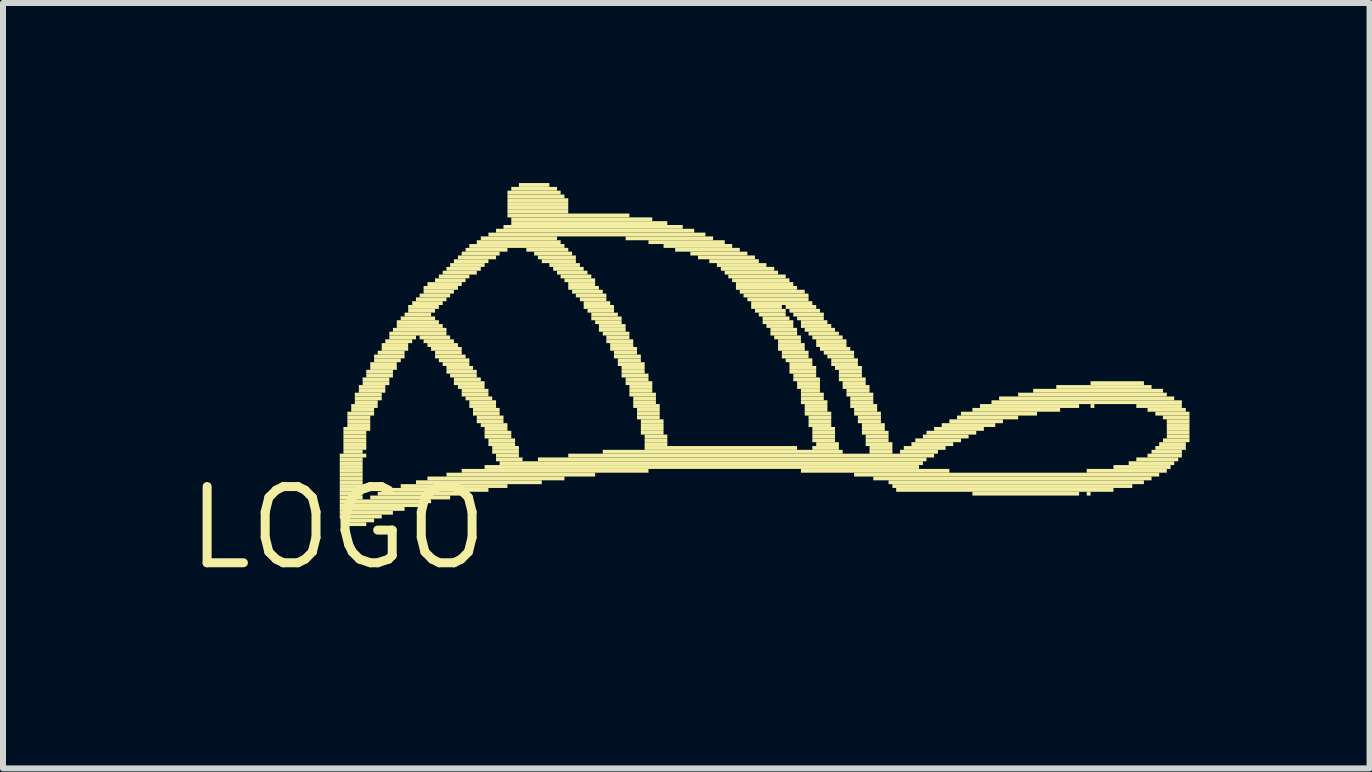
<source format=kicad_pcb>
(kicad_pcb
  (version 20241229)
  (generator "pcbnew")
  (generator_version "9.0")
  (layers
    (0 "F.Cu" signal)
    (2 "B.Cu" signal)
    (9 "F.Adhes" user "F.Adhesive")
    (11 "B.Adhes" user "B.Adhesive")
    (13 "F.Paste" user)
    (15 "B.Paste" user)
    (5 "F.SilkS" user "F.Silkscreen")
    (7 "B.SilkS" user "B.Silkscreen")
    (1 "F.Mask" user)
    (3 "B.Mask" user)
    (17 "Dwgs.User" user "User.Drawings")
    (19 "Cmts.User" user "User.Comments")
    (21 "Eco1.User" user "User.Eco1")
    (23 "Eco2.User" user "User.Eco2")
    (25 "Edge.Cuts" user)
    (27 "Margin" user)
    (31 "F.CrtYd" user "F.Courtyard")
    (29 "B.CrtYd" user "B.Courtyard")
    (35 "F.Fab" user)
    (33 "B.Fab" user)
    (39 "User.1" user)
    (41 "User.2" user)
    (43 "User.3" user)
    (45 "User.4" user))
  (footprint "LOGO"
    (layer "F.Cu")
    (at 2.578 5.747)
    (property "Reference" "LOGO" (at 0 0 0) (layer "F.SilkS") (effects (font (size 1.27 1.27) (thickness 0.15))))
    (attr through_hole)
    (fp_poly (pts (xy 0.033 -1.175) (xy 0.475 -1.175) (xy 0.475 -1.238) (xy 0.033 -1.238)) (stroke (width 0) (type solid)) (fill yes) (layer "F.SilkS"))
    (fp_poly (pts (xy 0.033 -1.111) (xy 0.414 -1.111) (xy 0.414 -1.175) (xy 0.033 -1.175)) (stroke (width 0) (type solid)) (fill yes) (layer "F.SilkS"))
    (fp_poly (pts (xy 0.033 -1.048) (xy 0.414 -1.048) (xy 0.414 -1.111) (xy 0.033 -1.111)) (stroke (width 0) (type solid)) (fill yes) (layer "F.SilkS"))
    (fp_poly (pts (xy 0.033 -0.984) (xy 0.414 -0.984) (xy 0.414 -1.048) (xy 0.033 -1.048)) (stroke (width 0) (type solid)) (fill yes) (layer "F.SilkS"))
    (fp_poly (pts (xy 0.033 -0.921) (xy 0.414 -0.921) (xy 0.414 -0.984) (xy 0.033 -0.984)) (stroke (width 0) (type solid)) (fill yes) (layer "F.SilkS"))
    (fp_poly (pts (xy 0.033 -0.857) (xy 0.414 -0.857) (xy 0.414 -0.921) (xy 0.033 -0.921)) (stroke (width 0) (type solid)) (fill yes) (layer "F.SilkS"))
    (fp_poly (pts (xy 0.033 -0.794) (xy 0.414 -0.794) (xy 0.414 -0.857) (xy 0.033 -0.857)) (stroke (width 0) (type solid)) (fill yes) (layer "F.SilkS"))
    (fp_poly (pts (xy 0.033 -0.73) (xy 0.414 -0.73) (xy 0.414 -0.794) (xy 0.033 -0.794)) (stroke (width 0) (type solid)) (fill yes) (layer "F.SilkS"))
    (fp_poly (pts (xy 0.033 -0.667) (xy 0.414 -0.667) (xy 0.414 -0.73) (xy 0.033 -0.73)) (stroke (width 0) (type solid)) (fill yes) (layer "F.SilkS"))
    (fp_poly (pts (xy 0.033 -0.603) (xy 0.414 -0.603) (xy 0.414 -0.667) (xy 0.033 -0.667)) (stroke (width 0) (type solid)) (fill yes) (layer "F.SilkS"))
    (fp_poly (pts (xy 0.033 -0.54) (xy 0.414 -0.54) (xy 0.414 -0.603) (xy 0.033 -0.603)) (stroke (width 0) (type solid)) (fill yes) (layer "F.SilkS"))
    (fp_poly (pts (xy 0.033 -0.476) (xy 0.414 -0.476) (xy 0.414 -0.54) (xy 0.033 -0.54)) (stroke (width 0) (type solid)) (fill yes) (layer "F.SilkS"))
    (fp_poly (pts (xy 0.033 -0.413) (xy 1.554 -0.413) (xy 1.554 -0.476) (xy 0.033 -0.476)) (stroke (width 0) (type solid)) (fill yes) (layer "F.SilkS"))
    (fp_poly (pts (xy 0.033 -0.349) (xy 1.364 -0.349) (xy 1.364 -0.413) (xy 0.033 -0.413)) (stroke (width 0) (type solid)) (fill yes) (layer "F.SilkS"))
    (fp_poly (pts (xy 0.033 -0.286) (xy 1.113 -0.286) (xy 1.113 -0.349) (xy 0.033 -0.349)) (stroke (width 0) (type solid)) (fill yes) (layer "F.SilkS"))
    (fp_poly (pts (xy 0.033 -0.222) (xy 0.919 -0.222) (xy 0.919 -0.286) (xy 0.033 -0.286)) (stroke (width 0) (type solid)) (fill yes) (layer "F.SilkS"))
    (fp_poly (pts (xy 0.033 -0.159) (xy 0.732 -0.159) (xy 0.732 -0.222) (xy 0.033 -0.222)) (stroke (width 0) (type solid)) (fill yes) (layer "F.SilkS"))
    (fp_poly (pts (xy 0.094 -1.619) (xy 0.541 -1.619) (xy 0.541 -1.683) (xy 0.094 -1.683)) (stroke (width 0) (type solid)) (fill yes) (layer "F.SilkS"))
    (fp_poly (pts (xy 0.094 -1.556) (xy 0.475 -1.556) (xy 0.475 -1.619) (xy 0.094 -1.619)) (stroke (width 0) (type solid)) (fill yes) (layer "F.SilkS"))
    (fp_poly (pts (xy 0.094 -1.492) (xy 0.475 -1.492) (xy 0.475 -1.556) (xy 0.094 -1.556)) (stroke (width 0) (type solid)) (fill yes) (layer "F.SilkS"))
    (fp_poly (pts (xy 0.094 -1.429) (xy 0.475 -1.429) (xy 0.475 -1.492) (xy 0.094 -1.492)) (stroke (width 0) (type solid)) (fill yes) (layer "F.SilkS"))
    (fp_poly (pts (xy 0.094 -1.365) (xy 0.475 -1.365) (xy 0.475 -1.429) (xy 0.094 -1.429)) (stroke (width 0) (type solid)) (fill yes) (layer "F.SilkS"))
    (fp_poly (pts (xy 0.094 -1.302) (xy 0.475 -1.302) (xy 0.475 -1.365) (xy 0.094 -1.365)) (stroke (width 0) (type solid)) (fill yes) (layer "F.SilkS"))
    (fp_poly (pts (xy 0.094 -1.238) (xy 0.414 -1.238) (xy 0.414 -1.302) (xy 0.094 -1.302)) (stroke (width 0) (type solid)) (fill yes) (layer "F.SilkS"))
    (fp_poly (pts (xy 0.094 -0.095) (xy 0.605 -0.095) (xy 0.605 -0.159) (xy 0.094 -0.159)) (stroke (width 0) (type solid)) (fill yes) (layer "F.SilkS"))
    (fp_poly (pts (xy 0.16 -1.873) (xy 0.605 -1.873) (xy 0.605 -1.937) (xy 0.16 -1.937)) (stroke (width 0) (type solid)) (fill yes) (layer "F.SilkS"))
    (fp_poly (pts (xy 0.16 -1.81) (xy 0.541 -1.81) (xy 0.541 -1.873) (xy 0.16 -1.873)) (stroke (width 0) (type solid)) (fill yes) (layer "F.SilkS"))
    (fp_poly (pts (xy 0.16 -1.746) (xy 0.541 -1.746) (xy 0.541 -1.81) (xy 0.16 -1.81)) (stroke (width 0) (type solid)) (fill yes) (layer "F.SilkS"))
    (fp_poly (pts (xy 0.16 -1.683) (xy 0.541 -1.683) (xy 0.541 -1.746) (xy 0.16 -1.746)) (stroke (width 0) (type solid)) (fill yes) (layer "F.SilkS"))
    (fp_poly (pts (xy 0.16 -0.032) (xy 0.475 -0.032) (xy 0.475 -0.095) (xy 0.16 -0.095)) (stroke (width 0) (type solid)) (fill yes) (layer "F.SilkS"))
    (fp_poly (pts (xy 0.224 -2) (xy 0.665 -2) (xy 0.665 -2.064) (xy 0.224 -2.064)) (stroke (width 0) (type solid)) (fill yes) (layer "F.SilkS"))
    (fp_poly (pts (xy 0.224 -1.937) (xy 0.605 -1.937) (xy 0.605 -2) (xy 0.224 -2)) (stroke (width 0) (type solid)) (fill yes) (layer "F.SilkS"))
    (fp_poly (pts (xy 0.284 -2.191) (xy 0.732 -2.191) (xy 0.732 -2.254) (xy 0.284 -2.254)) (stroke (width 0) (type solid)) (fill yes) (layer "F.SilkS"))
    (fp_poly (pts (xy 0.284 -2.127) (xy 0.732 -2.127) (xy 0.732 -2.191) (xy 0.284 -2.191)) (stroke (width 0) (type solid)) (fill yes) (layer "F.SilkS"))
    (fp_poly (pts (xy 0.284 -2.064) (xy 0.665 -2.064) (xy 0.665 -2.127) (xy 0.284 -2.127)) (stroke (width 0) (type solid)) (fill yes) (layer "F.SilkS"))
    (fp_poly (pts (xy 0.351 -2.318) (xy 0.792 -2.318) (xy 0.792 -2.381) (xy 0.351 -2.381)) (stroke (width 0) (type solid)) (fill yes) (layer "F.SilkS"))
    (fp_poly (pts (xy 0.351 -2.254) (xy 0.792 -2.254) (xy 0.792 -2.318) (xy 0.351 -2.318)) (stroke (width 0) (type solid)) (fill yes) (layer "F.SilkS"))
    (fp_poly (pts (xy 0.414 -2.445) (xy 0.859 -2.445) (xy 0.859 -2.508) (xy 0.414 -2.508)) (stroke (width 0) (type solid)) (fill yes) (layer "F.SilkS"))
    (fp_poly (pts (xy 0.414 -2.381) (xy 0.859 -2.381) (xy 0.859 -2.445) (xy 0.414 -2.445)) (stroke (width 0) (type solid)) (fill yes) (layer "F.SilkS"))
    (fp_poly (pts (xy 0.475 -2.572) (xy 0.919 -2.572) (xy 0.919 -2.635) (xy 0.475 -2.635)) (stroke (width 0) (type solid)) (fill yes) (layer "F.SilkS"))
    (fp_poly (pts (xy 0.475 -2.508) (xy 0.919 -2.508) (xy 0.919 -2.572) (xy 0.475 -2.572)) (stroke (width 0) (type solid)) (fill yes) (layer "F.SilkS"))
    (fp_poly (pts (xy 0.541 -2.699) (xy 0.983 -2.699) (xy 0.983 -2.762) (xy 0.541 -2.762)) (stroke (width 0) (type solid)) (fill yes) (layer "F.SilkS"))
    (fp_poly (pts (xy 0.541 -2.635) (xy 0.983 -2.635) (xy 0.983 -2.699) (xy 0.541 -2.699)) (stroke (width 0) (type solid)) (fill yes) (layer "F.SilkS"))
    (fp_poly (pts (xy 0.541 -0.476) (xy 1.872 -0.476) (xy 1.872 -0.54) (xy 0.541 -0.54)) (stroke (width 0) (type solid)) (fill yes) (layer "F.SilkS"))
    (fp_poly (pts (xy 0.605 -2.826) (xy 1.113 -2.826) (xy 1.113 -2.889) (xy 0.605 -2.889)) (stroke (width 0) (type solid)) (fill yes) (layer "F.SilkS"))
    (fp_poly (pts (xy 0.605 -2.762) (xy 1.049 -2.762) (xy 1.049 -2.826) (xy 0.605 -2.826)) (stroke (width 0) (type solid)) (fill yes) (layer "F.SilkS"))
    (fp_poly (pts (xy 0.665 -2.889) (xy 1.113 -2.889) (xy 1.113 -2.953) (xy 0.665 -2.953)) (stroke (width 0) (type solid)) (fill yes) (layer "F.SilkS"))
    (fp_poly (pts (xy 0.665 -0.54) (xy 2.065 -0.54) (xy 2.065 -0.603) (xy 0.665 -0.603)) (stroke (width 0) (type solid)) (fill yes) (layer "F.SilkS"))
    (fp_poly (pts (xy 0.732 -3.016) (xy 1.173 -3.016) (xy 1.173 -3.08) (xy 0.732 -3.08)) (stroke (width 0) (type solid)) (fill yes) (layer "F.SilkS"))
    (fp_poly (pts (xy 0.732 -2.953) (xy 1.173 -2.953) (xy 1.173 -3.016) (xy 0.732 -3.016)) (stroke (width 0) (type solid)) (fill yes) (layer "F.SilkS"))
    (fp_poly (pts (xy 0.792 -3.08) (xy 1.24 -3.08) (xy 1.24 -3.143) (xy 0.792 -3.143)) (stroke (width 0) (type solid)) (fill yes) (layer "F.SilkS"))
    (fp_poly (pts (xy 0.859 -3.207) (xy 1.811 -3.207) (xy 1.811 -3.27) (xy 0.859 -3.27)) (stroke (width 0) (type solid)) (fill yes) (layer "F.SilkS"))
    (fp_poly (pts (xy 0.859 -3.143) (xy 1.303 -3.143) (xy 1.303 -3.207) (xy 0.859 -3.207)) (stroke (width 0) (type solid)) (fill yes) (layer "F.SilkS"))
    (fp_poly (pts (xy 0.859 -0.603) (xy 2.51 -0.603) (xy 2.51 -0.667) (xy 0.859 -0.667)) (stroke (width 0) (type solid)) (fill yes) (layer "F.SilkS"))
    (fp_poly (pts (xy 0.919 -3.27) (xy 1.811 -3.27) (xy 1.811 -3.334) (xy 0.919 -3.334)) (stroke (width 0) (type solid)) (fill yes) (layer "F.SilkS"))
    (fp_poly (pts (xy 0.983 -3.397) (xy 1.684 -3.397) (xy 1.684 -3.461) (xy 0.983 -3.461)) (stroke (width 0) (type solid)) (fill yes) (layer "F.SilkS"))
    (fp_poly (pts (xy 0.983 -3.334) (xy 1.748 -3.334) (xy 1.748 -3.397) (xy 0.983 -3.397)) (stroke (width 0) (type solid)) (fill yes) (layer "F.SilkS"))
    (fp_poly (pts (xy 1.049 -3.461) (xy 1.621 -3.461) (xy 1.621 -3.524) (xy 1.049 -3.524)) (stroke (width 0) (type solid)) (fill yes) (layer "F.SilkS"))
    (fp_poly (pts (xy 1.049 -0.667) (xy 2.827 -0.667) (xy 2.827 -0.73) (xy 1.049 -0.73)) (stroke (width 0) (type solid)) (fill yes) (layer "F.SilkS"))
    (fp_poly (pts (xy 1.113 -3.524) (xy 1.554 -3.524) (xy 1.554 -3.588) (xy 1.113 -3.588)) (stroke (width 0) (type solid)) (fill yes) (layer "F.SilkS"))
    (fp_poly (pts (xy 1.173 -3.651) (xy 1.684 -3.651) (xy 1.684 -3.715) (xy 1.173 -3.715)) (stroke (width 0) (type solid)) (fill yes) (layer "F.SilkS"))
    (fp_poly (pts (xy 1.173 -3.588) (xy 1.621 -3.588) (xy 1.621 -3.651) (xy 1.173 -3.651)) (stroke (width 0) (type solid)) (fill yes) (layer "F.SilkS"))
    (fp_poly (pts (xy 1.24 -3.715) (xy 1.748 -3.715) (xy 1.748 -3.778) (xy 1.24 -3.778)) (stroke (width 0) (type solid)) (fill yes) (layer "F.SilkS"))
    (fp_poly (pts (xy 1.303 -3.778) (xy 1.811 -3.778) (xy 1.811 -3.842) (xy 1.303 -3.842)) (stroke (width 0) (type solid)) (fill yes) (layer "F.SilkS"))
    (fp_poly (pts (xy 1.303 -0.73) (xy 3.399 -0.73) (xy 3.399 -0.794) (xy 1.303 -0.794)) (stroke (width 0) (type solid)) (fill yes) (layer "F.SilkS"))
    (fp_poly (pts (xy 1.364 -3.842) (xy 1.872 -3.842) (xy 1.872 -3.905) (xy 1.364 -3.905)) (stroke (width 0) (type solid)) (fill yes) (layer "F.SilkS"))
    (fp_poly (pts (xy 1.364 -3.143) (xy 1.872 -3.143) (xy 1.872 -3.207) (xy 1.364 -3.207)) (stroke (width 0) (type solid)) (fill yes) (layer "F.SilkS"))
    (fp_poly (pts (xy 1.43 -3.969) (xy 2.002 -3.969) (xy 2.002 -4.032) (xy 1.43 -4.032)) (stroke (width 0) (type solid)) (fill yes) (layer "F.SilkS"))
    (fp_poly (pts (xy 1.43 -3.905) (xy 1.935 -3.905) (xy 1.935 -3.969) (xy 1.43 -3.969)) (stroke (width 0) (type solid)) (fill yes) (layer "F.SilkS"))
    (fp_poly (pts (xy 1.43 -3.08) (xy 1.935 -3.08) (xy 1.935 -3.143) (xy 1.43 -3.143)) (stroke (width 0) (type solid)) (fill yes) (layer "F.SilkS"))
    (fp_poly (pts (xy 1.494 -4.032) (xy 2.065 -4.032) (xy 2.065 -4.096) (xy 1.494 -4.096)) (stroke (width 0) (type solid)) (fill yes) (layer "F.SilkS"))
    (fp_poly (pts (xy 1.494 -3.016) (xy 2.002 -3.016) (xy 2.002 -3.08) (xy 1.494 -3.08)) (stroke (width 0) (type solid)) (fill yes) (layer "F.SilkS"))
    (fp_poly (pts (xy 1.494 -0.794) (xy 3.777 -0.794) (xy 3.777 -0.857) (xy 1.494 -0.857)) (stroke (width 0) (type solid)) (fill yes) (layer "F.SilkS"))
    (fp_poly (pts (xy 1.554 -2.953) (xy 2.065 -2.953) (xy 2.065 -3.016) (xy 1.554 -3.016)) (stroke (width 0) (type solid)) (fill yes) (layer "F.SilkS"))
    (fp_poly (pts (xy 1.621 -4.096) (xy 2.129 -4.096) (xy 2.129 -4.159) (xy 1.621 -4.159)) (stroke (width 0) (type solid)) (fill yes) (layer "F.SilkS"))
    (fp_poly (pts (xy 1.621 -2.889) (xy 2.065 -2.889) (xy 2.065 -2.953) (xy 1.621 -2.953)) (stroke (width 0) (type solid)) (fill yes) (layer "F.SilkS"))
    (fp_poly (pts (xy 1.621 -2.826) (xy 2.129 -2.826) (xy 2.129 -2.889) (xy 1.621 -2.889)) (stroke (width 0) (type solid)) (fill yes) (layer "F.SilkS"))
    (fp_poly (pts (xy 1.684 -4.159) (xy 2.192 -4.159) (xy 2.192 -4.223) (xy 1.684 -4.223)) (stroke (width 0) (type solid)) (fill yes) (layer "F.SilkS"))
    (fp_poly (pts (xy 1.684 -2.762) (xy 2.192 -2.762) (xy 2.192 -2.826) (xy 1.684 -2.826)) (stroke (width 0) (type solid)) (fill yes) (layer "F.SilkS"))
    (fp_poly (pts (xy 1.748 -4.223) (xy 2.316 -4.223) (xy 2.316 -4.286) (xy 1.748 -4.286)) (stroke (width 0) (type solid)) (fill yes) (layer "F.SilkS"))
    (fp_poly (pts (xy 1.748 -2.699) (xy 2.192 -2.699) (xy 2.192 -2.762) (xy 1.748 -2.762)) (stroke (width 0) (type solid)) (fill yes) (layer "F.SilkS"))
    (fp_poly (pts (xy 1.811 -4.286) (xy 2.383 -4.286) (xy 2.383 -4.35) (xy 1.811 -4.35)) (stroke (width 0) (type solid)) (fill yes) (layer "F.SilkS"))
    (fp_poly (pts (xy 1.811 -2.635) (xy 2.253 -2.635) (xy 2.253 -2.699) (xy 1.811 -2.699)) (stroke (width 0) (type solid)) (fill yes) (layer "F.SilkS"))
    (fp_poly (pts (xy 1.811 -2.572) (xy 2.316 -2.572) (xy 2.316 -2.635) (xy 1.811 -2.635)) (stroke (width 0) (type solid)) (fill yes) (layer "F.SilkS"))
    (fp_poly (pts (xy 1.811 -0.857) (xy 4.288 -0.857) (xy 4.288 -0.921) (xy 1.811 -0.921)) (stroke (width 0) (type solid)) (fill yes) (layer "F.SilkS"))
    (fp_poly (pts (xy 1.872 -4.35) (xy 2.446 -4.35) (xy 2.446 -4.413) (xy 1.872 -4.413)) (stroke (width 0) (type solid)) (fill yes) (layer "F.SilkS"))
    (fp_poly (pts (xy 1.872 -2.508) (xy 2.316 -2.508) (xy 2.316 -2.572) (xy 1.872 -2.572)) (stroke (width 0) (type solid)) (fill yes) (layer "F.SilkS"))
    (fp_poly (pts (xy 1.935 -4.413) (xy 2.51 -4.413) (xy 2.51 -4.477) (xy 1.935 -4.477)) (stroke (width 0) (type solid)) (fill yes) (layer "F.SilkS"))
    (fp_poly (pts (xy 1.935 -2.445) (xy 2.383 -2.445) (xy 2.383 -2.508) (xy 1.935 -2.508)) (stroke (width 0) (type solid)) (fill yes) (layer "F.SilkS"))
    (fp_poly (pts (xy 1.935 -2.381) (xy 2.446 -2.381) (xy 2.446 -2.445) (xy 1.935 -2.445)) (stroke (width 0) (type solid)) (fill yes) (layer "F.SilkS"))
    (fp_poly (pts (xy 2.002 -4.477) (xy 2.637 -4.477) (xy 2.637 -4.54) (xy 2.002 -4.54)) (stroke (width 0) (type solid)) (fill yes) (layer "F.SilkS"))
    (fp_poly (pts (xy 2.002 -2.318) (xy 2.446 -2.318) (xy 2.446 -2.381) (xy 2.002 -2.381)) (stroke (width 0) (type solid)) (fill yes) (layer "F.SilkS"))
    (fp_poly (pts (xy 2.065 -4.54) (xy 2.697 -4.54) (xy 2.697 -4.604) (xy 2.065 -4.604)) (stroke (width 0) (type solid)) (fill yes) (layer "F.SilkS"))
    (fp_poly (pts (xy 2.065 -2.254) (xy 2.51 -2.254) (xy 2.51 -2.318) (xy 2.065 -2.318)) (stroke (width 0) (type solid)) (fill yes) (layer "F.SilkS"))
    (fp_poly (pts (xy 2.065 -2.191) (xy 2.51 -2.191) (xy 2.51 -2.254) (xy 2.065 -2.254)) (stroke (width 0) (type solid)) (fill yes) (layer "F.SilkS"))
    (fp_poly (pts (xy 2.065 -0.921) (xy 5.177 -0.921) (xy 5.177 -0.984) (xy 2.065 -0.984)) (stroke (width 0) (type solid)) (fill yes) (layer "F.SilkS"))
    (fp_poly (pts (xy 2.129 -4.604) (xy 2.827 -4.604) (xy 2.827 -4.667) (xy 2.129 -4.667)) (stroke (width 0) (type solid)) (fill yes) (layer "F.SilkS"))
    (fp_poly (pts (xy 2.129 -2.127) (xy 2.573 -2.127) (xy 2.573 -2.191) (xy 2.129 -2.191)) (stroke (width 0) (type solid)) (fill yes) (layer "F.SilkS"))
    (fp_poly (pts (xy 2.192 -4.667) (xy 3.777 -4.667) (xy 3.777 -4.731) (xy 2.192 -4.731)) (stroke (width 0) (type solid)) (fill yes) (layer "F.SilkS"))
    (fp_poly (pts (xy 2.192 -2.064) (xy 2.637 -2.064) (xy 2.637 -2.127) (xy 2.192 -2.127)) (stroke (width 0) (type solid)) (fill yes) (layer "F.SilkS"))
    (fp_poly (pts (xy 2.192 -2) (xy 2.637 -2) (xy 2.637 -2.064) (xy 2.192 -2.064)) (stroke (width 0) (type solid)) (fill yes) (layer "F.SilkS"))
    (fp_poly (pts (xy 2.253 -1.937) (xy 2.697 -1.937) (xy 2.697 -2) (xy 2.253 -2)) (stroke (width 0) (type solid)) (fill yes) (layer "F.SilkS"))
    (fp_poly (pts (xy 2.253 -1.873) (xy 2.697 -1.873) (xy 2.697 -1.937) (xy 2.253 -1.937)) (stroke (width 0) (type solid)) (fill yes) (layer "F.SilkS"))
    (fp_poly (pts (xy 2.316 -4.731) (xy 3.713 -4.731) (xy 3.713 -4.794) (xy 2.316 -4.794)) (stroke (width 0) (type solid)) (fill yes) (layer "F.SilkS"))
    (fp_poly (pts (xy 2.316 -1.81) (xy 2.761 -1.81) (xy 2.761 -1.873) (xy 2.316 -1.873)) (stroke (width 0) (type solid)) (fill yes) (layer "F.SilkS"))
    (fp_poly (pts (xy 2.316 -1.746) (xy 2.761 -1.746) (xy 2.761 -1.81) (xy 2.316 -1.81)) (stroke (width 0) (type solid)) (fill yes) (layer "F.SilkS"))
    (fp_poly (pts (xy 2.383 -4.794) (xy 3.653 -4.794) (xy 3.653 -4.858) (xy 2.383 -4.858)) (stroke (width 0) (type solid)) (fill yes) (layer "F.SilkS"))
    (fp_poly (pts (xy 2.383 -1.683) (xy 2.827 -1.683) (xy 2.827 -1.746) (xy 2.383 -1.746)) (stroke (width 0) (type solid)) (fill yes) (layer "F.SilkS"))
    (fp_poly (pts (xy 2.446 -1.619) (xy 2.827 -1.619) (xy 2.827 -1.683) (xy 2.446 -1.683)) (stroke (width 0) (type solid)) (fill yes) (layer "F.SilkS"))
    (fp_poly (pts (xy 2.446 -1.556) (xy 2.891 -1.556) (xy 2.891 -1.619) (xy 2.446 -1.619)) (stroke (width 0) (type solid)) (fill yes) (layer "F.SilkS"))
    (fp_poly (pts (xy 2.446 -1.492) (xy 2.891 -1.492) (xy 2.891 -1.556) (xy 2.446 -1.556)) (stroke (width 0) (type solid)) (fill yes) (layer "F.SilkS"))
    (fp_poly (pts (xy 2.446 -0.984) (xy 9.685 -0.984) (xy 9.685 -1.048) (xy 2.446 -1.048)) (stroke (width 0) (type solid)) (fill yes) (layer "F.SilkS"))
    (fp_poly (pts (xy 2.51 -4.858) (xy 6.126 -4.858) (xy 6.126 -4.921) (xy 2.51 -4.921)) (stroke (width 0) (type solid)) (fill yes) (layer "F.SilkS"))
    (fp_poly (pts (xy 2.51 -1.429) (xy 2.954 -1.429) (xy 2.954 -1.492) (xy 2.51 -1.492)) (stroke (width 0) (type solid)) (fill yes) (layer "F.SilkS"))
    (fp_poly (pts (xy 2.51 -1.365) (xy 2.954 -1.365) (xy 2.954 -1.429) (xy 2.51 -1.429)) (stroke (width 0) (type solid)) (fill yes) (layer "F.SilkS"))
    (fp_poly (pts (xy 2.573 -1.302) (xy 3.018 -1.302) (xy 3.018 -1.365) (xy 2.573 -1.365)) (stroke (width 0) (type solid)) (fill yes) (layer "F.SilkS"))
    (fp_poly (pts (xy 2.573 -1.238) (xy 3.018 -1.238) (xy 3.018 -1.302) (xy 2.573 -1.302)) (stroke (width 0) (type solid)) (fill yes) (layer "F.SilkS"))
    (fp_poly (pts (xy 2.637 -4.921) (xy 5.939 -4.921) (xy 5.939 -4.985) (xy 2.637 -4.985)) (stroke (width 0) (type solid)) (fill yes) (layer "F.SilkS"))
    (fp_poly (pts (xy 2.637 -1.175) (xy 3.018 -1.175) (xy 3.018 -1.238) (xy 2.637 -1.238)) (stroke (width 0) (type solid)) (fill yes) (layer "F.SilkS"))
    (fp_poly (pts (xy 2.637 -1.111) (xy 3.078 -1.111) (xy 3.078 -1.175) (xy 2.637 -1.175)) (stroke (width 0) (type solid)) (fill yes) (layer "F.SilkS"))
    (fp_poly (pts (xy 2.697 -1.048) (xy 9.749 -1.048) (xy 9.749 -1.111) (xy 2.697 -1.111)) (stroke (width 0) (type solid)) (fill yes) (layer "F.SilkS"))
    (fp_poly (pts (xy 2.761 -4.985) (xy 5.748 -4.985) (xy 5.748 -5.048) (xy 2.761 -5.048)) (stroke (width 0) (type solid)) (fill yes) (layer "F.SilkS"))
    (fp_poly (pts (xy 2.827 -5.556) (xy 3.713 -5.556) (xy 3.713 -5.62) (xy 2.827 -5.62)) (stroke (width 0) (type solid)) (fill yes) (layer "F.SilkS"))
    (fp_poly (pts (xy 2.827 -5.493) (xy 3.777 -5.493) (xy 3.777 -5.556) (xy 2.827 -5.556)) (stroke (width 0) (type solid)) (fill yes) (layer "F.SilkS"))
    (fp_poly (pts (xy 2.827 -5.429) (xy 3.84 -5.429) (xy 3.84 -5.493) (xy 2.827 -5.493)) (stroke (width 0) (type solid)) (fill yes) (layer "F.SilkS"))
    (fp_poly (pts (xy 2.827 -5.366) (xy 3.84 -5.366) (xy 3.84 -5.429) (xy 2.827 -5.429)) (stroke (width 0) (type solid)) (fill yes) (layer "F.SilkS"))
    (fp_poly (pts (xy 2.827 -5.302) (xy 3.84 -5.302) (xy 3.84 -5.366) (xy 2.827 -5.366)) (stroke (width 0) (type solid)) (fill yes) (layer "F.SilkS"))
    (fp_poly (pts (xy 2.827 -5.239) (xy 3.84 -5.239) (xy 3.84 -5.302) (xy 2.827 -5.302)) (stroke (width 0) (type solid)) (fill yes) (layer "F.SilkS"))
    (fp_poly (pts (xy 2.827 -5.175) (xy 4.859 -5.175) (xy 4.859 -5.239) (xy 2.827 -5.239)) (stroke (width 0) (type solid)) (fill yes) (layer "F.SilkS"))
    (fp_poly (pts (xy 2.891 -5.62) (xy 3.653 -5.62) (xy 3.653 -5.683) (xy 2.891 -5.683)) (stroke (width 0) (type solid)) (fill yes) (layer "F.SilkS"))
    (fp_poly (pts (xy 2.891 -5.112) (xy 5.24 -5.112) (xy 5.24 -5.175) (xy 2.891 -5.175)) (stroke (width 0) (type solid)) (fill yes) (layer "F.SilkS"))
    (fp_poly (pts (xy 2.891 -5.048) (xy 5.491 -5.048) (xy 5.491 -5.112) (xy 2.891 -5.112)) (stroke (width 0) (type solid)) (fill yes) (layer "F.SilkS"))
    (fp_poly (pts (xy 3.018 -5.683) (xy 3.526 -5.683) (xy 3.526 -5.747) (xy 3.018 -5.747)) (stroke (width 0) (type solid)) (fill yes) (layer "F.SilkS"))
    (fp_poly (pts (xy 3.142 -4.604) (xy 3.84 -4.604) (xy 3.84 -4.667) (xy 3.142 -4.667)) (stroke (width 0) (type solid)) (fill yes) (layer "F.SilkS"))
    (fp_poly (pts (xy 3.272 -4.54) (xy 3.904 -4.54) (xy 3.904 -4.604) (xy 3.272 -4.604)) (stroke (width 0) (type solid)) (fill yes) (layer "F.SilkS"))
    (fp_poly (pts (xy 3.335 -4.477) (xy 3.967 -4.477) (xy 3.967 -4.54) (xy 3.335 -4.54)) (stroke (width 0) (type solid)) (fill yes) (layer "F.SilkS"))
    (fp_poly (pts (xy 3.335 -1.111) (xy 9.809 -1.111) (xy 9.809 -1.175) (xy 3.335 -1.175)) (stroke (width 0) (type solid)) (fill yes) (layer "F.SilkS"))
    (fp_poly (pts (xy 3.399 -4.413) (xy 3.967 -4.413) (xy 3.967 -4.477) (xy 3.399 -4.477)) (stroke (width 0) (type solid)) (fill yes) (layer "F.SilkS"))
    (fp_poly (pts (xy 3.526 -4.35) (xy 4.034 -4.35) (xy 4.034 -4.413) (xy 3.526 -4.413)) (stroke (width 0) (type solid)) (fill yes) (layer "F.SilkS"))
    (fp_poly (pts (xy 3.589 -4.286) (xy 4.097 -4.286) (xy 4.097 -4.35) (xy 3.589 -4.35)) (stroke (width 0) (type solid)) (fill yes) (layer "F.SilkS"))
    (fp_poly (pts (xy 3.653 -4.223) (xy 4.161 -4.223) (xy 4.161 -4.286) (xy 3.653 -4.286)) (stroke (width 0) (type solid)) (fill yes) (layer "F.SilkS"))
    (fp_poly (pts (xy 3.713 -4.159) (xy 4.224 -4.159) (xy 4.224 -4.223) (xy 3.713 -4.223)) (stroke (width 0) (type solid)) (fill yes) (layer "F.SilkS"))
    (fp_poly (pts (xy 3.777 -4.096) (xy 4.288 -4.096) (xy 4.288 -4.159) (xy 3.777 -4.159)) (stroke (width 0) (type solid)) (fill yes) (layer "F.SilkS"))
    (fp_poly (pts (xy 3.84 -4.032) (xy 4.288 -4.032) (xy 4.288 -4.096) (xy 3.84 -4.096)) (stroke (width 0) (type solid)) (fill yes) (layer "F.SilkS"))
    (fp_poly (pts (xy 3.84 -3.969) (xy 4.351 -3.969) (xy 4.351 -4.032) (xy 3.84 -4.032)) (stroke (width 0) (type solid)) (fill yes) (layer "F.SilkS"))
    (fp_poly (pts (xy 3.84 -1.175) (xy 9.936 -1.175) (xy 9.936 -1.238) (xy 3.84 -1.238)) (stroke (width 0) (type solid)) (fill yes) (layer "F.SilkS"))
    (fp_poly (pts (xy 3.904 -3.905) (xy 4.415 -3.905) (xy 4.415 -3.969) (xy 3.904 -3.969)) (stroke (width 0) (type solid)) (fill yes) (layer "F.SilkS"))
    (fp_poly (pts (xy 3.967 -3.842) (xy 4.475 -3.842) (xy 4.475 -3.905) (xy 3.967 -3.905)) (stroke (width 0) (type solid)) (fill yes) (layer "F.SilkS"))
    (fp_poly (pts (xy 4.034 -3.778) (xy 4.475 -3.778) (xy 4.475 -3.842) (xy 4.034 -3.842)) (stroke (width 0) (type solid)) (fill yes) (layer "F.SilkS"))
    (fp_poly (pts (xy 4.097 -3.715) (xy 4.539 -3.715) (xy 4.539 -3.778) (xy 4.097 -3.778)) (stroke (width 0) (type solid)) (fill yes) (layer "F.SilkS"))
    (fp_poly (pts (xy 4.097 -3.651) (xy 4.602 -3.651) (xy 4.602 -3.715) (xy 4.097 -3.715)) (stroke (width 0) (type solid)) (fill yes) (layer "F.SilkS"))
    (fp_poly (pts (xy 4.161 -3.588) (xy 4.602 -3.588) (xy 4.602 -3.651) (xy 4.161 -3.651)) (stroke (width 0) (type solid)) (fill yes) (layer "F.SilkS"))
    (fp_poly (pts (xy 4.224 -3.524) (xy 4.666 -3.524) (xy 4.666 -3.588) (xy 4.224 -3.588)) (stroke (width 0) (type solid)) (fill yes) (layer "F.SilkS"))
    (fp_poly (pts (xy 4.224 -3.461) (xy 4.729 -3.461) (xy 4.729 -3.524) (xy 4.224 -3.524)) (stroke (width 0) (type solid)) (fill yes) (layer "F.SilkS"))
    (fp_poly (pts (xy 4.288 -3.397) (xy 4.729 -3.397) (xy 4.729 -3.461) (xy 4.288 -3.461)) (stroke (width 0) (type solid)) (fill yes) (layer "F.SilkS"))
    (fp_poly (pts (xy 4.351 -3.334) (xy 4.796 -3.334) (xy 4.796 -3.397) (xy 4.351 -3.397)) (stroke (width 0) (type solid)) (fill yes) (layer "F.SilkS"))
    (fp_poly (pts (xy 4.351 -3.27) (xy 4.796 -3.27) (xy 4.796 -3.334) (xy 4.351 -3.334)) (stroke (width 0) (type solid)) (fill yes) (layer "F.SilkS"))
    (fp_poly (pts (xy 4.415 -3.207) (xy 4.859 -3.207) (xy 4.859 -3.27) (xy 4.415 -3.27)) (stroke (width 0) (type solid)) (fill yes) (layer "F.SilkS"))
    (fp_poly (pts (xy 4.415 -1.238) (xy 8.412 -1.238) (xy 8.412 -1.302) (xy 4.415 -1.302)) (stroke (width 0) (type solid)) (fill yes) (layer "F.SilkS"))
    (fp_poly (pts (xy 4.475 -3.143) (xy 4.859 -3.143) (xy 4.859 -3.207) (xy 4.475 -3.207)) (stroke (width 0) (type solid)) (fill yes) (layer "F.SilkS"))
    (fp_poly (pts (xy 4.475 -3.08) (xy 4.923 -3.08) (xy 4.923 -3.143) (xy 4.475 -3.143)) (stroke (width 0) (type solid)) (fill yes) (layer "F.SilkS"))
    (fp_poly (pts (xy 4.539 -3.016) (xy 4.923 -3.016) (xy 4.923 -3.08) (xy 4.539 -3.08)) (stroke (width 0) (type solid)) (fill yes) (layer "F.SilkS"))
    (fp_poly (pts (xy 4.539 -2.953) (xy 4.986 -2.953) (xy 4.986 -3.016) (xy 4.539 -3.016)) (stroke (width 0) (type solid)) (fill yes) (layer "F.SilkS"))
    (fp_poly (pts (xy 4.602 -2.889) (xy 4.986 -2.889) (xy 4.986 -2.953) (xy 4.602 -2.953)) (stroke (width 0) (type solid)) (fill yes) (layer "F.SilkS"))
    (fp_poly (pts (xy 4.602 -2.826) (xy 5.05 -2.826) (xy 5.05 -2.889) (xy 4.602 -2.889)) (stroke (width 0) (type solid)) (fill yes) (layer "F.SilkS"))
    (fp_poly (pts (xy 4.666 -2.762) (xy 5.05 -2.762) (xy 5.05 -2.826) (xy 4.666 -2.826)) (stroke (width 0) (type solid)) (fill yes) (layer "F.SilkS"))
    (fp_poly (pts (xy 4.666 -2.699) (xy 5.113 -2.699) (xy 5.113 -2.762) (xy 4.666 -2.762)) (stroke (width 0) (type solid)) (fill yes) (layer "F.SilkS"))
    (fp_poly (pts (xy 4.729 -2.635) (xy 5.113 -2.635) (xy 5.113 -2.699) (xy 4.729 -2.699)) (stroke (width 0) (type solid)) (fill yes) (layer "F.SilkS"))
    (fp_poly (pts (xy 4.729 -2.572) (xy 5.113 -2.572) (xy 5.113 -2.635) (xy 4.729 -2.635)) (stroke (width 0) (type solid)) (fill yes) (layer "F.SilkS"))
    (fp_poly (pts (xy 4.729 -2.508) (xy 5.177 -2.508) (xy 5.177 -2.572) (xy 4.729 -2.572)) (stroke (width 0) (type solid)) (fill yes) (layer "F.SilkS"))
    (fp_poly (pts (xy 4.796 -4.794) (xy 6.253 -4.794) (xy 6.253 -4.858) (xy 4.796 -4.858)) (stroke (width 0) (type solid)) (fill yes) (layer "F.SilkS"))
    (fp_poly (pts (xy 4.796 -2.445) (xy 5.177 -2.445) (xy 5.177 -2.508) (xy 4.796 -2.508)) (stroke (width 0) (type solid)) (fill yes) (layer "F.SilkS"))
    (fp_poly (pts (xy 4.796 -2.381) (xy 5.24 -2.381) (xy 5.24 -2.445) (xy 4.796 -2.445)) (stroke (width 0) (type solid)) (fill yes) (layer "F.SilkS"))
    (fp_poly (pts (xy 4.859 -2.318) (xy 5.24 -2.318) (xy 5.24 -2.381) (xy 4.859 -2.381)) (stroke (width 0) (type solid)) (fill yes) (layer "F.SilkS"))
    (fp_poly (pts (xy 4.859 -2.254) (xy 5.24 -2.254) (xy 5.24 -2.318) (xy 4.859 -2.318)) (stroke (width 0) (type solid)) (fill yes) (layer "F.SilkS"))
    (fp_poly (pts (xy 4.859 -2.191) (xy 5.301 -2.191) (xy 5.301 -2.254) (xy 4.859 -2.254)) (stroke (width 0) (type solid)) (fill yes) (layer "F.SilkS"))
    (fp_poly (pts (xy 4.923 -2.127) (xy 5.301 -2.127) (xy 5.301 -2.191) (xy 4.923 -2.191)) (stroke (width 0) (type solid)) (fill yes) (layer "F.SilkS"))
    (fp_poly (pts (xy 4.923 -2.064) (xy 5.301 -2.064) (xy 5.301 -2.127) (xy 4.923 -2.127)) (stroke (width 0) (type solid)) (fill yes) (layer "F.SilkS"))
    (fp_poly (pts (xy 4.923 -2) (xy 5.364 -2) (xy 5.364 -2.064) (xy 4.923 -2.064)) (stroke (width 0) (type solid)) (fill yes) (layer "F.SilkS"))
    (fp_poly (pts (xy 4.986 -1.937) (xy 5.364 -1.937) (xy 5.364 -2) (xy 4.986 -2)) (stroke (width 0) (type solid)) (fill yes) (layer "F.SilkS"))
    (fp_poly (pts (xy 4.986 -1.873) (xy 5.364 -1.873) (xy 5.364 -1.937) (xy 4.986 -1.937)) (stroke (width 0) (type solid)) (fill yes) (layer "F.SilkS"))
    (fp_poly (pts (xy 4.986 -1.81) (xy 5.364 -1.81) (xy 5.364 -1.873) (xy 4.986 -1.873)) (stroke (width 0) (type solid)) (fill yes) (layer "F.SilkS"))
    (fp_poly (pts (xy 5.05 -1.746) (xy 5.428 -1.746) (xy 5.428 -1.81) (xy 5.05 -1.81)) (stroke (width 0) (type solid)) (fill yes) (layer "F.SilkS"))
    (fp_poly (pts (xy 5.05 -1.683) (xy 5.428 -1.683) (xy 5.428 -1.746) (xy 5.05 -1.746)) (stroke (width 0) (type solid)) (fill yes) (layer "F.SilkS"))
    (fp_poly (pts (xy 5.05 -1.619) (xy 5.428 -1.619) (xy 5.428 -1.683) (xy 5.05 -1.683)) (stroke (width 0) (type solid)) (fill yes) (layer "F.SilkS"))
    (fp_poly (pts (xy 5.05 -1.556) (xy 5.428 -1.556) (xy 5.428 -1.619) (xy 5.05 -1.619)) (stroke (width 0) (type solid)) (fill yes) (layer "F.SilkS"))
    (fp_poly (pts (xy 5.113 -1.492) (xy 5.491 -1.492) (xy 5.491 -1.556) (xy 5.113 -1.556)) (stroke (width 0) (type solid)) (fill yes) (layer "F.SilkS"))
    (fp_poly (pts (xy 5.113 -1.429) (xy 5.491 -1.429) (xy 5.491 -1.492) (xy 5.113 -1.492)) (stroke (width 0) (type solid)) (fill yes) (layer "F.SilkS"))
    (fp_poly (pts (xy 5.113 -1.365) (xy 5.491 -1.365) (xy 5.491 -1.429) (xy 5.113 -1.429)) (stroke (width 0) (type solid)) (fill yes) (layer "F.SilkS"))
    (fp_poly (pts (xy 5.113 -1.302) (xy 7.653 -1.302) (xy 7.653 -1.365) (xy 5.113 -1.365)) (stroke (width 0) (type solid)) (fill yes) (layer "F.SilkS"))
    (fp_poly (pts (xy 5.177 -4.731) (xy 6.447 -4.731) (xy 6.447 -4.794) (xy 5.177 -4.794)) (stroke (width 0) (type solid)) (fill yes) (layer "F.SilkS"))
    (fp_poly (pts (xy 5.428 -4.667) (xy 6.571 -4.667) (xy 6.571 -4.731) (xy 5.428 -4.731)) (stroke (width 0) (type solid)) (fill yes) (layer "F.SilkS"))
    (fp_poly (pts (xy 5.621 -4.604) (xy 6.698 -4.604) (xy 6.698 -4.667) (xy 5.621 -4.667)) (stroke (width 0) (type solid)) (fill yes) (layer "F.SilkS"))
    (fp_poly (pts (xy 5.875 -4.54) (xy 6.825 -4.54) (xy 6.825 -4.604) (xy 5.875 -4.604)) (stroke (width 0) (type solid)) (fill yes) (layer "F.SilkS"))
    (fp_poly (pts (xy 6.002 -4.477) (xy 6.952 -4.477) (xy 6.952 -4.54) (xy 6.002 -4.54)) (stroke (width 0) (type solid)) (fill yes) (layer "F.SilkS"))
    (fp_poly (pts (xy 6.19 -4.413) (xy 7.015 -4.413) (xy 7.015 -4.477) (xy 6.19 -4.477)) (stroke (width 0) (type solid)) (fill yes) (layer "F.SilkS"))
    (fp_poly (pts (xy 6.317 -4.35) (xy 7.142 -4.35) (xy 7.142 -4.413) (xy 6.317 -4.413)) (stroke (width 0) (type solid)) (fill yes) (layer "F.SilkS"))
    (fp_poly (pts (xy 6.383 -4.286) (xy 7.272 -4.286) (xy 7.272 -4.35) (xy 6.383 -4.35)) (stroke (width 0) (type solid)) (fill yes) (layer "F.SilkS"))
    (fp_poly (pts (xy 6.447 -4.223) (xy 7.336 -4.223) (xy 7.336 -4.286) (xy 6.447 -4.286)) (stroke (width 0) (type solid)) (fill yes) (layer "F.SilkS"))
    (fp_poly (pts (xy 6.507 -4.159) (xy 7.463 -4.159) (xy 7.463 -4.223) (xy 6.507 -4.223)) (stroke (width 0) (type solid)) (fill yes) (layer "F.SilkS"))
    (fp_poly (pts (xy 6.571 -4.096) (xy 7.526 -4.096) (xy 7.526 -4.159) (xy 6.571 -4.159)) (stroke (width 0) (type solid)) (fill yes) (layer "F.SilkS"))
    (fp_poly (pts (xy 6.634 -4.032) (xy 7.59 -4.032) (xy 7.59 -4.096) (xy 6.634 -4.096)) (stroke (width 0) (type solid)) (fill yes) (layer "F.SilkS"))
    (fp_poly (pts (xy 6.634 -3.969) (xy 7.653 -3.969) (xy 7.653 -4.032) (xy 6.634 -4.032)) (stroke (width 0) (type solid)) (fill yes) (layer "F.SilkS"))
    (fp_poly (pts (xy 6.698 -3.905) (xy 7.78 -3.905) (xy 7.78 -3.969) (xy 6.698 -3.969)) (stroke (width 0) (type solid)) (fill yes) (layer "F.SilkS"))
    (fp_poly (pts (xy 6.761 -3.842) (xy 7.844 -3.842) (xy 7.844 -3.905) (xy 6.761 -3.905)) (stroke (width 0) (type solid)) (fill yes) (layer "F.SilkS"))
    (fp_poly (pts (xy 6.825 -3.778) (xy 7.844 -3.778) (xy 7.844 -3.842) (xy 6.825 -3.842)) (stroke (width 0) (type solid)) (fill yes) (layer "F.SilkS"))
    (fp_poly (pts (xy 6.888 -3.715) (xy 7.907 -3.715) (xy 7.907 -3.778) (xy 6.888 -3.778)) (stroke (width 0) (type solid)) (fill yes) (layer "F.SilkS"))
    (fp_poly (pts (xy 6.888 -3.651) (xy 7.399 -3.651) (xy 7.399 -3.715) (xy 6.888 -3.715)) (stroke (width 0) (type solid)) (fill yes) (layer "F.SilkS"))
    (fp_poly (pts (xy 6.952 -3.588) (xy 7.463 -3.588) (xy 7.463 -3.651) (xy 6.952 -3.651)) (stroke (width 0) (type solid)) (fill yes) (layer "F.SilkS"))
    (fp_poly (pts (xy 7.015 -3.524) (xy 7.463 -3.524) (xy 7.463 -3.588) (xy 7.015 -3.588)) (stroke (width 0) (type solid)) (fill yes) (layer "F.SilkS"))
    (fp_poly (pts (xy 7.079 -3.461) (xy 7.526 -3.461) (xy 7.526 -3.524) (xy 7.079 -3.524)) (stroke (width 0) (type solid)) (fill yes) (layer "F.SilkS"))
    (fp_poly (pts (xy 7.079 -3.397) (xy 7.59 -3.397) (xy 7.59 -3.461) (xy 7.079 -3.461)) (stroke (width 0) (type solid)) (fill yes) (layer "F.SilkS"))
    (fp_poly (pts (xy 7.142 -3.334) (xy 7.59 -3.334) (xy 7.59 -3.397) (xy 7.142 -3.397)) (stroke (width 0) (type solid)) (fill yes) (layer "F.SilkS"))
    (fp_poly (pts (xy 7.209 -3.27) (xy 7.653 -3.27) (xy 7.653 -3.334) (xy 7.209 -3.334)) (stroke (width 0) (type solid)) (fill yes) (layer "F.SilkS"))
    (fp_poly (pts (xy 7.209 -3.207) (xy 7.653 -3.207) (xy 7.653 -3.27) (xy 7.209 -3.27)) (stroke (width 0) (type solid)) (fill yes) (layer "F.SilkS"))
    (fp_poly (pts (xy 7.272 -3.143) (xy 7.717 -3.143) (xy 7.717 -3.207) (xy 7.272 -3.207)) (stroke (width 0) (type solid)) (fill yes) (layer "F.SilkS"))
    (fp_poly (pts (xy 7.336 -3.08) (xy 7.717 -3.08) (xy 7.717 -3.143) (xy 7.336 -3.143)) (stroke (width 0) (type solid)) (fill yes) (layer "F.SilkS"))
    (fp_poly (pts (xy 7.336 -3.016) (xy 7.78 -3.016) (xy 7.78 -3.08) (xy 7.336 -3.08)) (stroke (width 0) (type solid)) (fill yes) (layer "F.SilkS"))
    (fp_poly (pts (xy 7.336 -2.953) (xy 7.78 -2.953) (xy 7.78 -3.016) (xy 7.336 -3.016)) (stroke (width 0) (type solid)) (fill yes) (layer "F.SilkS"))
    (fp_poly (pts (xy 7.399 -2.889) (xy 7.844 -2.889) (xy 7.844 -2.953) (xy 7.399 -2.953)) (stroke (width 0) (type solid)) (fill yes) (layer "F.SilkS"))
    (fp_poly (pts (xy 7.399 -2.826) (xy 7.844 -2.826) (xy 7.844 -2.889) (xy 7.399 -2.889)) (stroke (width 0) (type solid)) (fill yes) (layer "F.SilkS"))
    (fp_poly (pts (xy 7.463 -3.651) (xy 7.971 -3.651) (xy 7.971 -3.715) (xy 7.463 -3.715)) (stroke (width 0) (type solid)) (fill yes) (layer "F.SilkS"))
    (fp_poly (pts (xy 7.463 -2.762) (xy 7.907 -2.762) (xy 7.907 -2.826) (xy 7.463 -2.826)) (stroke (width 0) (type solid)) (fill yes) (layer "F.SilkS"))
    (fp_poly (pts (xy 7.526 -3.588) (xy 8.034 -3.588) (xy 8.034 -3.651) (xy 7.526 -3.651)) (stroke (width 0) (type solid)) (fill yes) (layer "F.SilkS"))
    (fp_poly (pts (xy 7.526 -2.699) (xy 7.907 -2.699) (xy 7.907 -2.762) (xy 7.526 -2.762)) (stroke (width 0) (type solid)) (fill yes) (layer "F.SilkS"))
    (fp_poly (pts (xy 7.526 -2.635) (xy 7.971 -2.635) (xy 7.971 -2.699) (xy 7.526 -2.699)) (stroke (width 0) (type solid)) (fill yes) (layer "F.SilkS"))
    (fp_poly (pts (xy 7.526 -2.572) (xy 7.971 -2.572) (xy 7.971 -2.635) (xy 7.526 -2.635)) (stroke (width 0) (type solid)) (fill yes) (layer "F.SilkS"))
    (fp_poly (pts (xy 7.59 -3.524) (xy 8.098 -3.524) (xy 8.098 -3.588) (xy 7.59 -3.588)) (stroke (width 0) (type solid)) (fill yes) (layer "F.SilkS"))
    (fp_poly (pts (xy 7.59 -2.508) (xy 7.971 -2.508) (xy 7.971 -2.572) (xy 7.59 -2.572)) (stroke (width 0) (type solid)) (fill yes) (layer "F.SilkS"))
    (fp_poly (pts (xy 7.59 -2.445) (xy 8.034 -2.445) (xy 8.034 -2.508) (xy 7.59 -2.508)) (stroke (width 0) (type solid)) (fill yes) (layer "F.SilkS"))
    (fp_poly (pts (xy 7.653 -3.461) (xy 8.098 -3.461) (xy 8.098 -3.524) (xy 7.653 -3.524)) (stroke (width 0) (type solid)) (fill yes) (layer "F.SilkS"))
    (fp_poly (pts (xy 7.653 -2.381) (xy 8.034 -2.381) (xy 8.034 -2.445) (xy 7.653 -2.445)) (stroke (width 0) (type solid)) (fill yes) (layer "F.SilkS"))
    (fp_poly (pts (xy 7.653 -2.318) (xy 8.034 -2.318) (xy 8.034 -2.381) (xy 7.653 -2.381)) (stroke (width 0) (type solid)) (fill yes) (layer "F.SilkS"))
    (fp_poly (pts (xy 7.717 -3.397) (xy 8.158 -3.397) (xy 8.158 -3.461) (xy 7.717 -3.461)) (stroke (width 0) (type solid)) (fill yes) (layer "F.SilkS"))
    (fp_poly (pts (xy 7.717 -3.334) (xy 8.222 -3.334) (xy 8.222 -3.397) (xy 7.717 -3.397)) (stroke (width 0) (type solid)) (fill yes) (layer "F.SilkS"))
    (fp_poly (pts (xy 7.717 -2.254) (xy 8.034 -2.254) (xy 8.034 -2.318) (xy 7.717 -2.318)) (stroke (width 0) (type solid)) (fill yes) (layer "F.SilkS"))
    (fp_poly (pts (xy 7.717 -2.191) (xy 8.098 -2.191) (xy 8.098 -2.254) (xy 7.717 -2.254)) (stroke (width 0) (type solid)) (fill yes) (layer "F.SilkS"))
    (fp_poly (pts (xy 7.717 -2.127) (xy 8.098 -2.127) (xy 8.098 -2.191) (xy 7.717 -2.191)) (stroke (width 0) (type solid)) (fill yes) (layer "F.SilkS"))
    (fp_poly (pts (xy 7.717 -2.064) (xy 8.158 -2.064) (xy 8.158 -2.127) (xy 7.717 -2.127)) (stroke (width 0) (type solid)) (fill yes) (layer "F.SilkS"))
    (fp_poly (pts (xy 7.717 -0.921) (xy 10.19 -0.921) (xy 10.19 -0.984) (xy 7.717 -0.984)) (stroke (width 0) (type solid)) (fill yes) (layer "F.SilkS"))
    (fp_poly (pts (xy 7.78 -3.27) (xy 8.285 -3.27) (xy 8.285 -3.334) (xy 7.78 -3.334)) (stroke (width 0) (type solid)) (fill yes) (layer "F.SilkS"))
    (fp_poly (pts (xy 7.78 -2) (xy 8.158 -2) (xy 8.158 -2.064) (xy 7.78 -2.064)) (stroke (width 0) (type solid)) (fill yes) (layer "F.SilkS"))
    (fp_poly (pts (xy 7.78 -1.937) (xy 8.158 -1.937) (xy 8.158 -2) (xy 7.78 -2)) (stroke (width 0) (type solid)) (fill yes) (layer "F.SilkS"))
    (fp_poly (pts (xy 7.78 -1.873) (xy 8.222 -1.873) (xy 8.222 -1.937) (xy 7.78 -1.937)) (stroke (width 0) (type solid)) (fill yes) (layer "F.SilkS"))
    (fp_poly (pts (xy 7.844 -3.207) (xy 8.349 -3.207) (xy 8.349 -3.27) (xy 7.844 -3.27)) (stroke (width 0) (type solid)) (fill yes) (layer "F.SilkS"))
    (fp_poly (pts (xy 7.844 -1.81) (xy 8.222 -1.81) (xy 8.222 -1.873) (xy 7.844 -1.873)) (stroke (width 0) (type solid)) (fill yes) (layer "F.SilkS"))
    (fp_poly (pts (xy 7.844 -1.746) (xy 8.222 -1.746) (xy 8.222 -1.81) (xy 7.844 -1.81)) (stroke (width 0) (type solid)) (fill yes) (layer "F.SilkS"))
    (fp_poly (pts (xy 7.844 -1.683) (xy 8.222 -1.683) (xy 8.222 -1.746) (xy 7.844 -1.746)) (stroke (width 0) (type solid)) (fill yes) (layer "F.SilkS"))
    (fp_poly (pts (xy 7.907 -3.143) (xy 8.412 -3.143) (xy 8.412 -3.207) (xy 7.907 -3.207)) (stroke (width 0) (type solid)) (fill yes) (layer "F.SilkS"))
    (fp_poly (pts (xy 7.907 -1.619) (xy 8.285 -1.619) (xy 8.285 -1.683) (xy 7.907 -1.683)) (stroke (width 0) (type solid)) (fill yes) (layer "F.SilkS"))
    (fp_poly (pts (xy 7.907 -1.556) (xy 8.285 -1.556) (xy 8.285 -1.619) (xy 7.907 -1.619)) (stroke (width 0) (type solid)) (fill yes) (layer "F.SilkS"))
    (fp_poly (pts (xy 7.907 -1.492) (xy 8.285 -1.492) (xy 8.285 -1.556) (xy 7.907 -1.556)) (stroke (width 0) (type solid)) (fill yes) (layer "F.SilkS"))
    (fp_poly (pts (xy 7.907 -1.429) (xy 8.285 -1.429) (xy 8.285 -1.492) (xy 7.907 -1.492)) (stroke (width 0) (type solid)) (fill yes) (layer "F.SilkS"))
    (fp_poly (pts (xy 7.907 -1.302) (xy 8.349 -1.302) (xy 8.349 -1.365) (xy 7.907 -1.365)) (stroke (width 0) (type solid)) (fill yes) (layer "F.SilkS"))
    (fp_poly (pts (xy 7.971 -3.08) (xy 8.476 -3.08) (xy 8.476 -3.143) (xy 7.971 -3.143)) (stroke (width 0) (type solid)) (fill yes) (layer "F.SilkS"))
    (fp_poly (pts (xy 7.971 -3.016) (xy 8.476 -3.016) (xy 8.476 -3.08) (xy 7.971 -3.08)) (stroke (width 0) (type solid)) (fill yes) (layer "F.SilkS"))
    (fp_poly (pts (xy 7.971 -1.365) (xy 8.349 -1.365) (xy 8.349 -1.429) (xy 7.971 -1.429)) (stroke (width 0) (type solid)) (fill yes) (layer "F.SilkS"))
    (fp_poly (pts (xy 8.034 -2.953) (xy 8.539 -2.953) (xy 8.539 -3.016) (xy 8.034 -3.016)) (stroke (width 0) (type solid)) (fill yes) (layer "F.SilkS"))
    (fp_poly (pts (xy 8.098 -2.889) (xy 8.603 -2.889) (xy 8.603 -2.953) (xy 8.098 -2.953)) (stroke (width 0) (type solid)) (fill yes) (layer "F.SilkS"))
    (fp_poly (pts (xy 8.158 -2.826) (xy 8.603 -2.826) (xy 8.603 -2.889) (xy 8.158 -2.889)) (stroke (width 0) (type solid)) (fill yes) (layer "F.SilkS"))
    (fp_poly (pts (xy 8.222 -2.762) (xy 8.666 -2.762) (xy 8.666 -2.826) (xy 8.222 -2.826)) (stroke (width 0) (type solid)) (fill yes) (layer "F.SilkS"))
    (fp_poly (pts (xy 8.222 -2.699) (xy 8.666 -2.699) (xy 8.666 -2.762) (xy 8.222 -2.762)) (stroke (width 0) (type solid)) (fill yes) (layer "F.SilkS"))
    (fp_poly (pts (xy 8.285 -2.635) (xy 8.733 -2.635) (xy 8.733 -2.699) (xy 8.285 -2.699)) (stroke (width 0) (type solid)) (fill yes) (layer "F.SilkS"))
    (fp_poly (pts (xy 8.349 -2.572) (xy 8.733 -2.572) (xy 8.733 -2.635) (xy 8.349 -2.635)) (stroke (width 0) (type solid)) (fill yes) (layer "F.SilkS"))
    (fp_poly (pts (xy 8.349 -2.508) (xy 8.733 -2.508) (xy 8.733 -2.572) (xy 8.349 -2.572)) (stroke (width 0) (type solid)) (fill yes) (layer "F.SilkS"))
    (fp_poly (pts (xy 8.349 -2.445) (xy 8.796 -2.445) (xy 8.796 -2.508) (xy 8.349 -2.508)) (stroke (width 0) (type solid)) (fill yes) (layer "F.SilkS"))
    (fp_poly (pts (xy 8.412 -2.381) (xy 8.796 -2.381) (xy 8.796 -2.445) (xy 8.412 -2.445)) (stroke (width 0) (type solid)) (fill yes) (layer "F.SilkS"))
    (fp_poly (pts (xy 8.412 -2.318) (xy 8.86 -2.318) (xy 8.86 -2.381) (xy 8.412 -2.381)) (stroke (width 0) (type solid)) (fill yes) (layer "F.SilkS"))
    (fp_poly (pts (xy 8.476 -2.254) (xy 8.86 -2.254) (xy 8.86 -2.318) (xy 8.476 -2.318)) (stroke (width 0) (type solid)) (fill yes) (layer "F.SilkS"))
    (fp_poly (pts (xy 8.476 -2.191) (xy 8.923 -2.191) (xy 8.923 -2.254) (xy 8.476 -2.254)) (stroke (width 0) (type solid)) (fill yes) (layer "F.SilkS"))
    (fp_poly (pts (xy 8.539 -2.127) (xy 8.923 -2.127) (xy 8.923 -2.191) (xy 8.539 -2.191)) (stroke (width 0) (type solid)) (fill yes) (layer "F.SilkS"))
    (fp_poly (pts (xy 8.539 -2.064) (xy 8.923 -2.064) (xy 8.923 -2.127) (xy 8.539 -2.127)) (stroke (width 0) (type solid)) (fill yes) (layer "F.SilkS"))
    (fp_poly (pts (xy 8.539 -2) (xy 8.987 -2) (xy 8.987 -2.064) (xy 8.539 -2.064)) (stroke (width 0) (type solid)) (fill yes) (layer "F.SilkS"))
    (fp_poly (pts (xy 8.603 -1.937) (xy 8.987 -1.937) (xy 8.987 -2) (xy 8.603 -2)) (stroke (width 0) (type solid)) (fill yes) (layer "F.SilkS"))
    (fp_poly (pts (xy 8.603 -1.873) (xy 9.05 -1.873) (xy 9.05 -1.937) (xy 8.603 -1.937)) (stroke (width 0) (type solid)) (fill yes) (layer "F.SilkS"))
    (fp_poly (pts (xy 8.603 -0.857) (xy 13.686 -0.857) (xy 13.686 -0.921) (xy 8.603 -0.921)) (stroke (width 0) (type solid)) (fill yes) (layer "F.SilkS"))
    (fp_poly (pts (xy 8.666 -1.81) (xy 9.05 -1.81) (xy 9.05 -1.873) (xy 8.666 -1.873)) (stroke (width 0) (type solid)) (fill yes) (layer "F.SilkS"))
    (fp_poly (pts (xy 8.666 -1.746) (xy 9.05 -1.746) (xy 9.05 -1.81) (xy 8.666 -1.81)) (stroke (width 0) (type solid)) (fill yes) (layer "F.SilkS"))
    (fp_poly (pts (xy 8.733 -1.683) (xy 9.114 -1.683) (xy 9.114 -1.746) (xy 8.733 -1.746)) (stroke (width 0) (type solid)) (fill yes) (layer "F.SilkS"))
    (fp_poly (pts (xy 8.733 -1.619) (xy 9.114 -1.619) (xy 9.114 -1.683) (xy 8.733 -1.683)) (stroke (width 0) (type solid)) (fill yes) (layer "F.SilkS"))
    (fp_poly (pts (xy 8.733 -1.556) (xy 9.177 -1.556) (xy 9.177 -1.619) (xy 8.733 -1.619)) (stroke (width 0) (type solid)) (fill yes) (layer "F.SilkS"))
    (fp_poly (pts (xy 8.796 -1.492) (xy 9.177 -1.492) (xy 9.177 -1.556) (xy 8.796 -1.556)) (stroke (width 0) (type solid)) (fill yes) (layer "F.SilkS"))
    (fp_poly (pts (xy 8.796 -1.429) (xy 9.177 -1.429) (xy 9.177 -1.492) (xy 8.796 -1.492)) (stroke (width 0) (type solid)) (fill yes) (layer "F.SilkS"))
    (fp_poly (pts (xy 8.796 -1.365) (xy 9.241 -1.365) (xy 9.241 -1.429) (xy 8.796 -1.429)) (stroke (width 0) (type solid)) (fill yes) (layer "F.SilkS"))
    (fp_poly (pts (xy 8.86 -1.302) (xy 9.241 -1.302) (xy 9.241 -1.365) (xy 8.86 -1.365)) (stroke (width 0) (type solid)) (fill yes) (layer "F.SilkS"))
    (fp_poly (pts (xy 8.86 -1.238) (xy 9.241 -1.238) (xy 9.241 -1.302) (xy 8.86 -1.302)) (stroke (width 0) (type solid)) (fill yes) (layer "F.SilkS"))
    (fp_poly (pts (xy 8.923 -0.794) (xy 13.559 -0.794) (xy 13.559 -0.857) (xy 8.923 -0.857)) (stroke (width 0) (type solid)) (fill yes) (layer "F.SilkS"))
    (fp_poly (pts (xy 9.177 -0.73) (xy 13.432 -0.73) (xy 13.432 -0.794) (xy 9.177 -0.794)) (stroke (width 0) (type solid)) (fill yes) (layer "F.SilkS"))
    (fp_poly (pts (xy 9.241 -0.667) (xy 13.238 -0.667) (xy 13.238 -0.73) (xy 9.241 -0.73)) (stroke (width 0) (type solid)) (fill yes) (layer "F.SilkS"))
    (fp_poly (pts (xy 9.304 -0.603) (xy 12.924 -0.603) (xy 12.924 -0.667) (xy 9.304 -0.667)) (stroke (width 0) (type solid)) (fill yes) (layer "F.SilkS"))
    (fp_poly (pts (xy 9.368 -1.238) (xy 10 -1.238) (xy 10 -1.302) (xy 9.368 -1.302)) (stroke (width 0) (type solid)) (fill yes) (layer "F.SilkS"))
    (fp_poly (pts (xy 9.431 -1.302) (xy 10.127 -1.302) (xy 10.127 -1.365) (xy 9.431 -1.365)) (stroke (width 0) (type solid)) (fill yes) (layer "F.SilkS"))
    (fp_poly (pts (xy 9.558 -1.365) (xy 10.254 -1.365) (xy 10.254 -1.429) (xy 9.558 -1.429)) (stroke (width 0) (type solid)) (fill yes) (layer "F.SilkS"))
    (fp_poly (pts (xy 9.622 -1.429) (xy 10.384 -1.429) (xy 10.384 -1.492) (xy 9.622 -1.492)) (stroke (width 0) (type solid)) (fill yes) (layer "F.SilkS"))
    (fp_poly (pts (xy 9.749 -1.492) (xy 10.511 -1.492) (xy 10.511 -1.556) (xy 9.749 -1.556)) (stroke (width 0) (type solid)) (fill yes) (layer "F.SilkS"))
    (fp_poly (pts (xy 9.809 -1.556) (xy 10.638 -1.556) (xy 10.638 -1.619) (xy 9.809 -1.619)) (stroke (width 0) (type solid)) (fill yes) (layer "F.SilkS"))
    (fp_poly (pts (xy 9.936 -1.619) (xy 10.765 -1.619) (xy 10.765 -1.683) (xy 9.936 -1.683)) (stroke (width 0) (type solid)) (fill yes) (layer "F.SilkS"))
    (fp_poly (pts (xy 10.063 -1.683) (xy 10.955 -1.683) (xy 10.955 -1.746) (xy 10.063 -1.746)) (stroke (width 0) (type solid)) (fill yes) (layer "F.SilkS"))
    (fp_poly (pts (xy 10.19 -1.746) (xy 11.082 -1.746) (xy 11.082 -1.81) (xy 10.19 -1.81)) (stroke (width 0) (type solid)) (fill yes) (layer "F.SilkS"))
    (fp_poly (pts (xy 10.317 -1.81) (xy 11.336 -1.81) (xy 11.336 -1.873) (xy 10.317 -1.873)) (stroke (width 0) (type solid)) (fill yes) (layer "F.SilkS"))
    (fp_poly (pts (xy 10.384 -1.873) (xy 11.651 -1.873) (xy 11.651 -1.937) (xy 10.384 -1.937)) (stroke (width 0) (type solid)) (fill yes) (layer "F.SilkS"))
    (fp_poly (pts (xy 10.574 -1.937) (xy 12.035 -1.937) (xy 12.035 -2) (xy 10.574 -2)) (stroke (width 0) (type solid)) (fill yes) (layer "F.SilkS"))
    (fp_poly (pts (xy 10.574 -0.54) (xy 12.352 -0.54) (xy 12.352 -0.603) (xy 10.574 -0.603)) (stroke (width 0) (type solid)) (fill yes) (layer "F.SilkS"))
    (fp_poly (pts (xy 10.701 -2) (xy 12.352 -2) (xy 12.352 -2.064) (xy 10.701 -2.064)) (stroke (width 0) (type solid)) (fill yes) (layer "F.SilkS"))
    (fp_poly (pts (xy 10.892 -2.064) (xy 14.064 -2.064) (xy 14.064 -2.127) (xy 10.892 -2.127)) (stroke (width 0) (type solid)) (fill yes) (layer "F.SilkS"))
    (fp_poly (pts (xy 11.019 -2.127) (xy 13.937 -2.127) (xy 13.937 -2.191) (xy 11.019 -2.191)) (stroke (width 0) (type solid)) (fill yes) (layer "F.SilkS"))
    (fp_poly (pts (xy 11.336 -2.191) (xy 13.813 -2.191) (xy 13.813 -2.254) (xy 11.336 -2.254)) (stroke (width 0) (type solid)) (fill yes) (layer "F.SilkS"))
    (fp_poly (pts (xy 11.587 -2.254) (xy 13.749 -2.254) (xy 13.749 -2.318) (xy 11.587 -2.318)) (stroke (width 0) (type solid)) (fill yes) (layer "F.SilkS"))
    (fp_poly (pts (xy 11.971 -2.318) (xy 13.559 -2.318) (xy 13.559 -2.381) (xy 11.971 -2.381)) (stroke (width 0) (type solid)) (fill yes) (layer "F.SilkS"))
    (fp_poly (pts (xy 12.479 -0.921) (xy 13.813 -0.921) (xy 13.813 -0.984) (xy 12.479 -0.984)) (stroke (width 0) (type solid)) (fill yes) (layer "F.SilkS"))
    (fp_poly (pts (xy 12.479 -0.54) (xy 12.543 -0.54) (xy 12.543 -0.603) (xy 12.479 -0.603)) (stroke (width 0) (type solid)) (fill yes) (layer "F.SilkS"))
    (fp_poly (pts (xy 12.543 -2.381) (xy 13.432 -2.381) (xy 13.432 -2.445) (xy 12.543 -2.445)) (stroke (width 0) (type solid)) (fill yes) (layer "F.SilkS"))
    (fp_poly (pts (xy 12.543 -2) (xy 12.606 -2) (xy 12.606 -2.064) (xy 12.543 -2.064)) (stroke (width 0) (type solid)) (fill yes) (layer "F.SilkS"))
    (fp_poly (pts (xy 12.924 -0.984) (xy 13.876 -0.984) (xy 13.876 -1.048) (xy 12.924 -1.048)) (stroke (width 0) (type solid)) (fill yes) (layer "F.SilkS"))
    (fp_poly (pts (xy 13.178 -1.048) (xy 13.937 -1.048) (xy 13.937 -1.111) (xy 13.178 -1.111)) (stroke (width 0) (type solid)) (fill yes) (layer "F.SilkS"))
    (fp_poly (pts (xy 13.305 -2) (xy 14.064 -2) (xy 14.064 -2.064) (xy 13.305 -2.064)) (stroke (width 0) (type solid)) (fill yes) (layer "F.SilkS"))
    (fp_poly (pts (xy 13.305 -1.111) (xy 14.003 -1.111) (xy 14.003 -1.175) (xy 13.305 -1.175)) (stroke (width 0) (type solid)) (fill yes) (layer "F.SilkS"))
    (fp_poly (pts (xy 13.492 -1.937) (xy 14.13 -1.937) (xy 14.13 -2) (xy 13.492 -2)) (stroke (width 0) (type solid)) (fill yes) (layer "F.SilkS"))
    (fp_poly (pts (xy 13.492 -1.175) (xy 14.064 -1.175) (xy 14.064 -1.238) (xy 13.492 -1.238)) (stroke (width 0) (type solid)) (fill yes) (layer "F.SilkS"))
    (fp_poly (pts (xy 13.559 -1.238) (xy 14.064 -1.238) (xy 14.064 -1.302) (xy 13.559 -1.302)) (stroke (width 0) (type solid)) (fill yes) (layer "F.SilkS"))
    (fp_poly (pts (xy 13.622 -1.873) (xy 14.191 -1.873) (xy 14.191 -1.937) (xy 13.622 -1.937)) (stroke (width 0) (type solid)) (fill yes) (layer "F.SilkS"))
    (fp_poly (pts (xy 13.622 -1.302) (xy 14.13 -1.302) (xy 14.13 -1.365) (xy 13.622 -1.365)) (stroke (width 0) (type solid)) (fill yes) (layer "F.SilkS"))
    (fp_poly (pts (xy 13.686 -1.365) (xy 14.13 -1.365) (xy 14.13 -1.429) (xy 13.686 -1.429)) (stroke (width 0) (type solid)) (fill yes) (layer "F.SilkS"))
    (fp_poly (pts (xy 13.749 -1.81) (xy 14.191 -1.81) (xy 14.191 -1.873) (xy 13.749 -1.873)) (stroke (width 0) (type solid)) (fill yes) (layer "F.SilkS"))
    (fp_poly (pts (xy 13.749 -1.429) (xy 14.191 -1.429) (xy 14.191 -1.492) (xy 13.749 -1.492)) (stroke (width 0) (type solid)) (fill yes) (layer "F.SilkS"))
    (fp_poly (pts (xy 13.813 -1.746) (xy 14.191 -1.746) (xy 14.191 -1.81) (xy 13.813 -1.81)) (stroke (width 0) (type solid)) (fill yes) (layer "F.SilkS"))
    (fp_poly (pts (xy 13.813 -1.683) (xy 14.191 -1.683) (xy 14.191 -1.746) (xy 13.813 -1.746)) (stroke (width 0) (type solid)) (fill yes) (layer "F.SilkS"))
    (fp_poly (pts (xy 13.813 -1.619) (xy 14.191 -1.619) (xy 14.191 -1.683) (xy 13.813 -1.683)) (stroke (width 0) (type solid)) (fill yes) (layer "F.SilkS"))
    (fp_poly (pts (xy 13.813 -1.556) (xy 14.191 -1.556) (xy 14.191 -1.619) (xy 13.813 -1.619)) (stroke (width 0) (type solid)) (fill yes) (layer "F.SilkS"))
    (fp_poly (pts (xy 13.813 -1.492) (xy 14.191 -1.492) (xy 14.191 -1.556) (xy 13.813 -1.556)) (stroke (width 0) (type solid)) (fill yes) (layer "F.SilkS")))
  (gr_rect
    (start -3 -3)
    (end 19.769 9.753)
    (stroke (width 0.1) (type default))
    (fill no)
    (layer "Edge.Cuts")))
</source>
